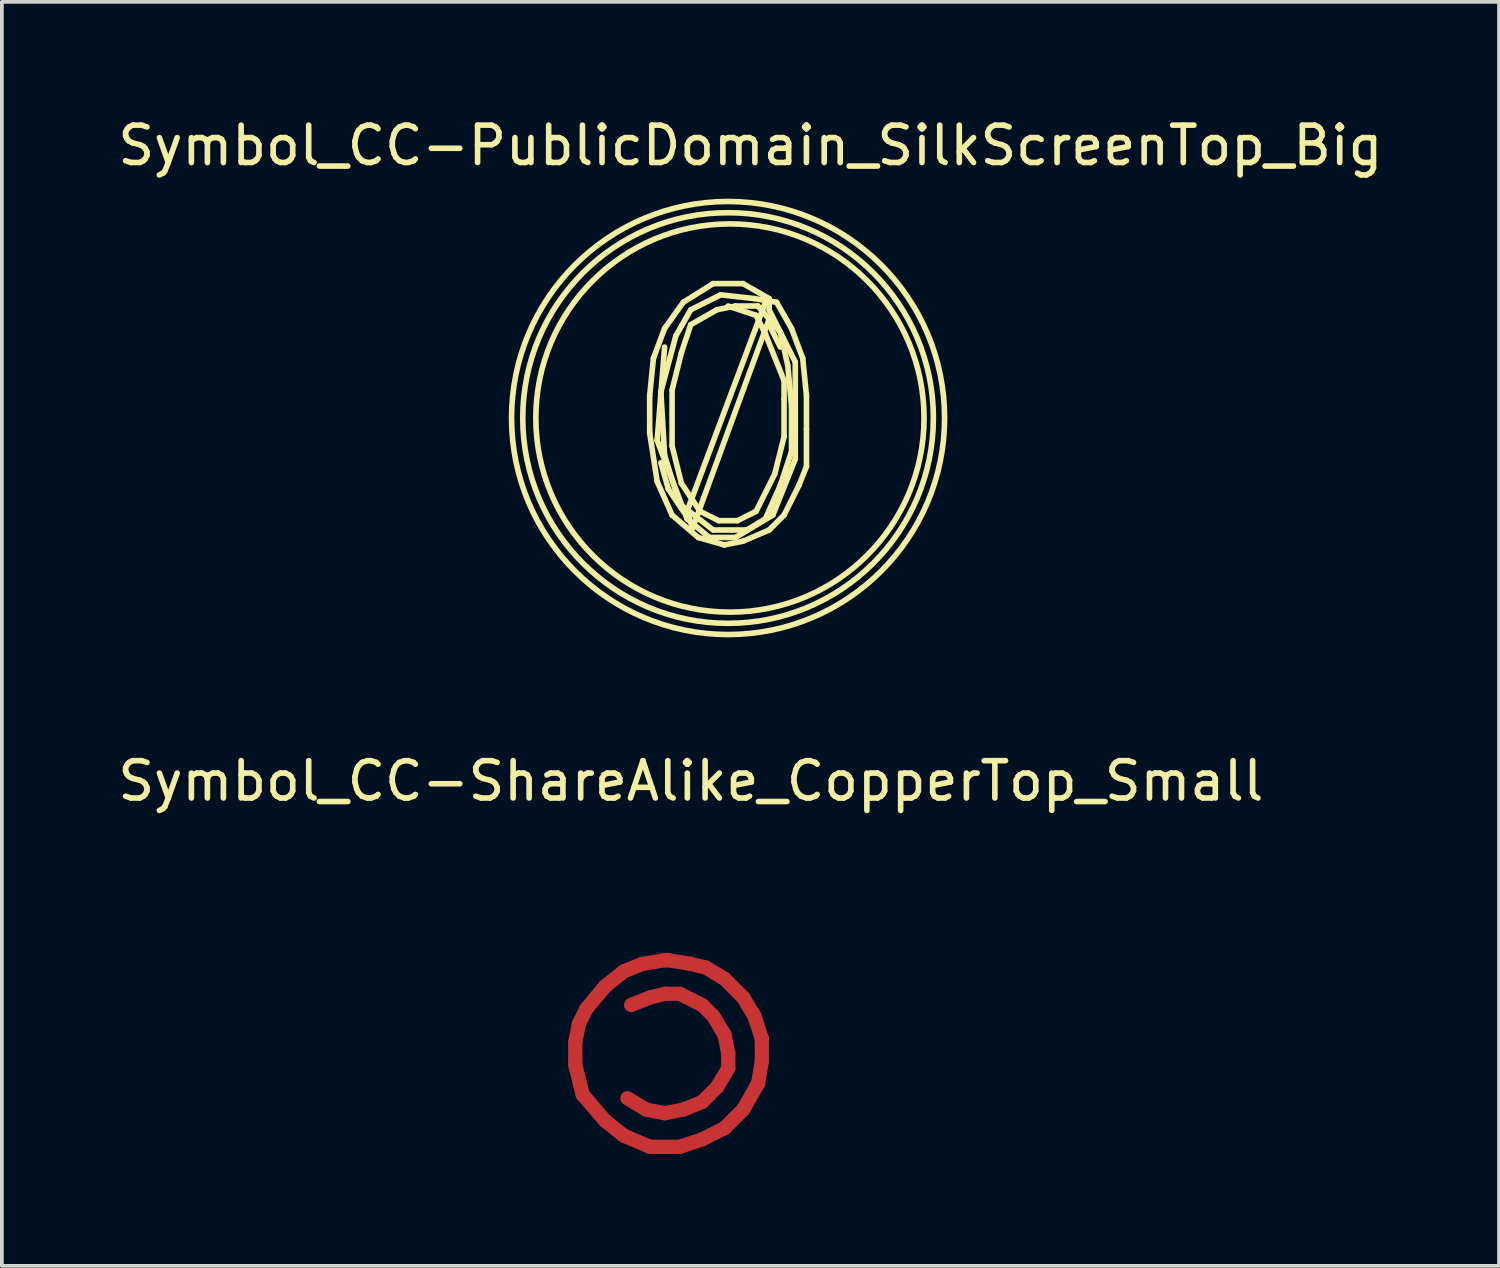
<source format=kicad_pcb>
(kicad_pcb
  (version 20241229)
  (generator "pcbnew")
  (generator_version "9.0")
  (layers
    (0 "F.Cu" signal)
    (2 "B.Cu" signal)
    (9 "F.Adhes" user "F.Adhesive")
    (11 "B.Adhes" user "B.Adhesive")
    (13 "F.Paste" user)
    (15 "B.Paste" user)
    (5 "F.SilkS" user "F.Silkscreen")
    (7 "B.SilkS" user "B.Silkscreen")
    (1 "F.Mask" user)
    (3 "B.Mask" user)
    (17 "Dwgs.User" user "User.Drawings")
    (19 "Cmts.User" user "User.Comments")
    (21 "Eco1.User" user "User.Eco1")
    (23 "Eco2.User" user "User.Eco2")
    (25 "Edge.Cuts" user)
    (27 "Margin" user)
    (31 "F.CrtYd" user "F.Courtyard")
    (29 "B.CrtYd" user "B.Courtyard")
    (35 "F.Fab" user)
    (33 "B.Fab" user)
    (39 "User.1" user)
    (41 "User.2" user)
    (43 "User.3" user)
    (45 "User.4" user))
  (footprint "Symbol_CC-ShareAlike_CopperTop_Small"
    (layer "F.Cu")
    (at 14.859 25.172)
    (property "Reference" "Symbol_CC-ShareAlike_CopperTop_Small" (at 0.599 -7.3 0) (layer "F.SilkS") (effects (font (size 1 1) (thickness 0.15))))
    (attr exclude_from_pos_files exclude_from_bom)
    (fp_line (start -2.499 -0.3) (end -2.499 0.3) (stroke (width 0.381) (type solid)) (layer "F.Cu"))
    (fp_line (start -2.499 0.3) (end -2.301 1.1) (stroke (width 0.381) (type solid)) (layer "F.Cu"))
    (fp_line (start -2.4 -0.8) (end -2.499 -0.3) (stroke (width 0.381) (type solid)) (layer "F.Cu"))
    (fp_line (start -2.301 1.1) (end -1.699 1.801) (stroke (width 0.381) (type solid)) (layer "F.Cu"))
    (fp_line (start -2.2 -1.199) (end -2.4 -0.8) (stroke (width 0.381) (type solid)) (layer "F.Cu"))
    (fp_line (start -1.699 -1.801) (end -2.2 -1.199) (stroke (width 0.381) (type solid)) (layer "F.Cu"))
    (fp_line (start -1.699 1.801) (end -1.199 2.2) (stroke (width 0.381) (type solid)) (layer "F.Cu"))
    (fp_line (start -1.199 -2.2) (end -1.699 -1.801) (stroke (width 0.381) (type solid)) (layer "F.Cu"))
    (fp_line (start -1.199 2.2) (end -0.5 2.499) (stroke (width 0.381) (type solid)) (layer "F.Cu"))
    (fp_line (start -1.1 1.199) (end -0.599 1.501) (stroke (width 0.381) (type solid)) (layer "F.Cu"))
    (fp_line (start -0.701 -2.4) (end -1.199 -2.2) (stroke (width 0.381) (type solid)) (layer "F.Cu"))
    (fp_line (start -0.599 1.501) (end -0.099 1.6) (stroke (width 0.381) (type solid)) (layer "F.Cu"))
    (fp_line (start -0.5 -1.501) (end -1.001 -1.3) (stroke (width 0.381) (type solid)) (layer "F.Cu"))
    (fp_line (start -0.5 2.499) (end 0.3 2.499) (stroke (width 0.381) (type solid)) (layer "F.Cu"))
    (fp_line (start -0.099 -2.499) (end -0.701 -2.4) (stroke (width 0.381) (type solid)) (layer "F.Cu"))
    (fp_line (start -0.099 -1.6) (end -0.5 -1.501) (stroke (width 0.381) (type solid)) (layer "F.Cu"))
    (fp_line (start -0.099 1.6) (end 0.399 1.501) (stroke (width 0.381) (type solid)) (layer "F.Cu"))
    (fp_line (start 0 -2.499) (end -0.099 -2.499) (stroke (width 0.381) (type solid)) (layer "F.Cu"))
    (fp_line (start 0.3 -1.6) (end -0.099 -1.6) (stroke (width 0.381) (type solid)) (layer "F.Cu"))
    (fp_line (start 0.3 2.499) (end 0.899 2.301) (stroke (width 0.381) (type solid)) (layer "F.Cu"))
    (fp_line (start 0.399 1.501) (end 0.899 1.3) (stroke (width 0.381) (type solid)) (layer "F.Cu"))
    (fp_line (start 0.599 -2.4) (end 0 -2.499) (stroke (width 0.381) (type solid)) (layer "F.Cu"))
    (fp_line (start 0.899 -1.3) (end 0.3 -1.6) (stroke (width 0.381) (type solid)) (layer "F.Cu"))
    (fp_line (start 0.899 1.3) (end 1.3 0.899) (stroke (width 0.381) (type solid)) (layer "F.Cu"))
    (fp_line (start 0.899 2.301) (end 1.501 1.999) (stroke (width 0.381) (type solid)) (layer "F.Cu"))
    (fp_line (start 1.001 -2.301) (end 0.599 -2.4) (stroke (width 0.381) (type solid)) (layer "F.Cu"))
    (fp_line (start 1.199 -1.001) (end 0.899 -1.3) (stroke (width 0.381) (type solid)) (layer "F.Cu"))
    (fp_line (start 1.3 0.899) (end 1.6 0.399) (stroke (width 0.381) (type solid)) (layer "F.Cu"))
    (fp_line (start 1.501 -1.999) (end 1.001 -2.301) (stroke (width 0.381) (type solid)) (layer "F.Cu"))
    (fp_line (start 1.501 -0.5) (end 1.199 -1.001) (stroke (width 0.381) (type solid)) (layer "F.Cu"))
    (fp_line (start 1.501 1.999) (end 1.999 1.501) (stroke (width 0.381) (type solid)) (layer "F.Cu"))
    (fp_line (start 1.6 0) (end 1.501 -0.5) (stroke (width 0.381) (type solid)) (layer "F.Cu"))
    (fp_line (start 1.6 0.399) (end 1.6 0) (stroke (width 0.381) (type solid)) (layer "F.Cu"))
    (fp_line (start 1.999 -1.501) (end 1.501 -1.999) (stroke (width 0.381) (type solid)) (layer "F.Cu"))
    (fp_line (start 1.999 1.501) (end 2.4 0.8) (stroke (width 0.381) (type solid)) (layer "F.Cu"))
    (fp_line (start 2.301 -1.001) (end 1.999 -1.501) (stroke (width 0.381) (type solid)) (layer "F.Cu"))
    (fp_line (start 2.4 0.8) (end 2.499 0.201) (stroke (width 0.381) (type solid)) (layer "F.Cu"))
    (fp_line (start 2.499 -0.399) (end 2.301 -1.001) (stroke (width 0.381) (type solid)) (layer "F.Cu"))
    (fp_line (start 2.499 0.201) (end 2.499 -0.399) (stroke (width 0.381) (type solid)) (layer "F.Cu")))
  (footprint "Symbol_CC-PublicDomain_SilkScreenTop_Big"
    (layer "F.Cu")
    (at 16.454 8.148)
    (property "Reference" "Symbol_CC-PublicDomain_SilkScreenTop_Big" (at 0.599 -7.3 0) (layer "F.SilkS") (effects (font (size 1 1) (thickness 0.15))))
    (attr exclude_from_pos_files exclude_from_bom)
    (fp_line (start -2.1 -0.6) (end -2 -1.6) (stroke (width 0.15) (type solid)) (layer "F.SilkS"))
    (fp_line (start -2.1 0.4) (end -2.1 -0.6) (stroke (width 0.15) (type solid)) (layer "F.SilkS"))
    (fp_line (start -2 -1.6) (end -1.7 -2.4) (stroke (width 0.15) (type solid)) (layer "F.SilkS"))
    (fp_line (start -1.9 0.6) (end -1.7 -1.9) (stroke (width 0.15) (type solid)) (layer "F.SilkS"))
    (fp_line (start -1.9 1.7) (end -2.1 0.4) (stroke (width 0.15) (type solid)) (layer "F.SilkS"))
    (fp_line (start -1.8 -0.7) (end -1.4 -2.2) (stroke (width 0.15) (type solid)) (layer "F.SilkS"))
    (fp_line (start -1.8 1.2) (end -1.6 1.9) (stroke (width 0.15) (type solid)) (layer "F.SilkS"))
    (fp_line (start -1.7 -2.4) (end -1.2 -3.1) (stroke (width 0.15) (type solid)) (layer "F.SilkS"))
    (fp_line (start -1.7 1) (end -1.8 -0.7) (stroke (width 0.15) (type solid)) (layer "F.SilkS"))
    (fp_line (start -1.6 1.9) (end -1.2 2.5) (stroke (width 0.15) (type solid)) (layer "F.SilkS"))
    (fp_line (start -1.5 -0.75) (end -1.25 -1.75) (stroke (width 0.15) (type solid)) (layer "F.SilkS"))
    (fp_line (start -1.5 0.75) (end -1.5 -0.75) (stroke (width 0.15) (type solid)) (layer "F.SilkS"))
    (fp_line (start -1.5 2.6) (end -1.9 1.7) (stroke (width 0.15) (type solid)) (layer "F.SilkS"))
    (fp_line (start -1.4 -2.2) (end -1 -2.9) (stroke (width 0.15) (type solid)) (layer "F.SilkS"))
    (fp_line (start -1.3 2.3) (end -1.7 1) (stroke (width 0.15) (type solid)) (layer "F.SilkS"))
    (fp_line (start -1.25 -1.75) (end -1 -2.5) (stroke (width 0.15) (type solid)) (layer "F.SilkS"))
    (fp_line (start -1.25 1.75) (end -1.5 0.75) (stroke (width 0.15) (type solid)) (layer "F.SilkS"))
    (fp_line (start -1.2 -3.1) (end -0.4 -3.6) (stroke (width 0.15) (type solid)) (layer "F.SilkS"))
    (fp_line (start -1.1 2.5) (end 1 -3.1) (stroke (width 0.15) (type solid)) (layer "F.SilkS"))
    (fp_line (start -1.1 2.7) (end -1.9 0.6) (stroke (width 0.15) (type solid)) (layer "F.SilkS"))
    (fp_line (start -1 -2.9) (end -0.2 -3.3) (stroke (width 0.15) (type solid)) (layer "F.SilkS"))
    (fp_line (start -1 -2.5) (end -0.3 -2.9) (stroke (width 0.15) (type solid)) (layer "F.SilkS"))
    (fp_line (start -0.95 2.95) (end -1.1 2.5) (stroke (width 0.15) (type solid)) (layer "F.SilkS"))
    (fp_line (start -0.8 3.2) (end -1.5 2.6) (stroke (width 0.15) (type solid)) (layer "F.SilkS"))
    (fp_line (start -0.75 2.5) (end -1.25 1.75) (stroke (width 0.15) (type solid)) (layer "F.SilkS"))
    (fp_line (start -0.5 3.2) (end -1.1 2.7) (stroke (width 0.15) (type solid)) (layer "F.SilkS"))
    (fp_line (start -0.4 -3.6) (end 0.4 -3.6) (stroke (width 0.15) (type solid)) (layer "F.SilkS"))
    (fp_line (start -0.4 3) (end -1.3 2.3) (stroke (width 0.15) (type solid)) (layer "F.SilkS"))
    (fp_line (start -0.3 -2.9) (end 0.2 -3) (stroke (width 0.15) (type solid)) (layer "F.SilkS"))
    (fp_line (start -0.25 2.75) (end -0.75 2.5) (stroke (width 0.15) (type solid)) (layer "F.SilkS"))
    (fp_line (start -0.2 -3.3) (end 0.7 -3.2) (stroke (width 0.15) (type solid)) (layer "F.SilkS"))
    (fp_line (start -0.1 3.4) (end -0.8 3.2) (stroke (width 0.15) (type solid)) (layer "F.SilkS"))
    (fp_line (start 0 -3) (end 0.75 -2.75) (stroke (width 0.15) (type solid)) (layer "F.SilkS"))
    (fp_line (start 0.2 -3) (end 0.8 -3) (stroke (width 0.15) (type solid)) (layer "F.SilkS"))
    (fp_line (start 0.2 3.2) (end -0.5 3.2) (stroke (width 0.15) (type solid)) (layer "F.SilkS"))
    (fp_line (start 0.25 2.75) (end -0.25 2.75) (stroke (width 0.15) (type solid)) (layer "F.SilkS"))
    (fp_line (start 0.4 -3.6) (end 1.1 -3.2) (stroke (width 0.15) (type solid)) (layer "F.SilkS"))
    (fp_line (start 0.4 3.3) (end -0.1 3.4) (stroke (width 0.15) (type solid)) (layer "F.SilkS"))
    (fp_line (start 0.5 3) (end -0.4 3) (stroke (width 0.15) (type solid)) (layer "F.SilkS"))
    (fp_line (start 0.7 -3.2) (end 1.3 -3.1) (stroke (width 0.15) (type solid)) (layer "F.SilkS"))
    (fp_line (start 0.75 -2.75) (end 1 -2.25) (stroke (width 0.15) (type solid)) (layer "F.SilkS"))
    (fp_line (start 0.75 2.5) (end 0.25 2.75) (stroke (width 0.15) (type solid)) (layer "F.SilkS"))
    (fp_line (start 0.8 -3) (end 1.4 -2.3) (stroke (width 0.15) (type solid)) (layer "F.SilkS"))
    (fp_line (start 1 -2.25) (end 1.5 -1) (stroke (width 0.15) (type solid)) (layer "F.SilkS"))
    (fp_line (start 1 2.7) (end 0.5 3) (stroke (width 0.15) (type solid)) (layer "F.SilkS"))
    (fp_line (start 1.1 -3.2) (end 1.1 -2.9) (stroke (width 0.15) (type solid)) (layer "F.SilkS"))
    (fp_line (start 1.1 -2.9) (end 1.8 -1.5) (stroke (width 0.15) (type solid)) (layer "F.SilkS"))
    (fp_line (start 1.1 -2.65) (end -0.95 2.95) (stroke (width 0.15) (type solid)) (layer "F.SilkS"))
    (fp_line (start 1.1 -2.5) (end 1.4 -1.9) (stroke (width 0.15) (type solid)) (layer "F.SilkS"))
    (fp_line (start 1.1 3) (end 0.4 3.3) (stroke (width 0.15) (type solid)) (layer "F.SilkS"))
    (fp_line (start 1.2 2.6) (end 0.2 3.2) (stroke (width 0.15) (type solid)) (layer "F.SilkS"))
    (fp_line (start 1.25 1.5) (end 0.75 2.5) (stroke (width 0.15) (type solid)) (layer "F.SilkS"))
    (fp_line (start 1.3 -3.1) (end 1.7 -2.4) (stroke (width 0.15) (type solid)) (layer "F.SilkS"))
    (fp_line (start 1.4 -2.3) (end 1.6 -1.4) (stroke (width 0.15) (type solid)) (layer "F.SilkS"))
    (fp_line (start 1.4 1.8) (end 1 2.7) (stroke (width 0.15) (type solid)) (layer "F.SilkS"))
    (fp_line (start 1.5 -1) (end 1.5 -0.5) (stroke (width 0.15) (type solid)) (layer "F.SilkS"))
    (fp_line (start 1.5 -0.5) (end 1.5 0.5) (stroke (width 0.15) (type solid)) (layer "F.SilkS"))
    (fp_line (start 1.5 0.5) (end 1.25 1.5) (stroke (width 0.15) (type solid)) (layer "F.SilkS"))
    (fp_line (start 1.5 2.6) (end 1.1 3) (stroke (width 0.15) (type solid)) (layer "F.SilkS"))
    (fp_line (start 1.6 -1.4) (end 1.7 -0.3) (stroke (width 0.15) (type solid)) (layer "F.SilkS"))
    (fp_line (start 1.7 -2.4) (end 2 -1.6) (stroke (width 0.15) (type solid)) (layer "F.SilkS"))
    (fp_line (start 1.7 -0.3) (end 1.7 0.9) (stroke (width 0.15) (type solid)) (layer "F.SilkS"))
    (fp_line (start 1.7 0.9) (end 1.4 1.8) (stroke (width 0.15) (type solid)) (layer "F.SilkS"))
    (fp_line (start 1.8 -1.5) (end 1.8 -0.4) (stroke (width 0.15) (type solid)) (layer "F.SilkS"))
    (fp_line (start 1.8 -0.4) (end 1.8 1.1) (stroke (width 0.15) (type solid)) (layer "F.SilkS"))
    (fp_line (start 1.8 1.1) (end 1.2 2.6) (stroke (width 0.15) (type solid)) (layer "F.SilkS"))
    (fp_line (start 1.9 1.8) (end 1.5 2.6) (stroke (width 0.15) (type solid)) (layer "F.SilkS"))
    (fp_line (start 2 -1.6) (end 2.1 -0.6) (stroke (width 0.15) (type solid)) (layer "F.SilkS"))
    (fp_line (start 2.1 -0.6) (end 2.1 0.3) (stroke (width 0.15) (type solid)) (layer "F.SilkS"))
    (fp_line (start 2.1 0.3) (end 2.1 1.3) (stroke (width 0.15) (type solid)) (layer "F.SilkS"))
    (fp_line (start 2.1 1.3) (end 1.9 1.8) (stroke (width 0.15) (type solid)) (layer "F.SilkS"))
    (fp_circle (center 0 0) (end 5.5 0) (stroke (width 0.15) (type solid)) (fill no) (layer "F.SilkS"))
    (fp_circle (center 0 0) (end 5.8 -0.05) (stroke (width 0.15) (type solid)) (fill no) (layer "F.SilkS"))
    (fp_circle (center 0.05 0) (end 5.25 0) (stroke (width 0.15) (type solid)) (fill no) (layer "F.SilkS")))
  (gr_rect
    (start -3 -3)
    (end 37.107 30.861)
    (stroke (width 0.1) (type default))
    (fill no)
    (layer "Edge.Cuts")))
</source>
